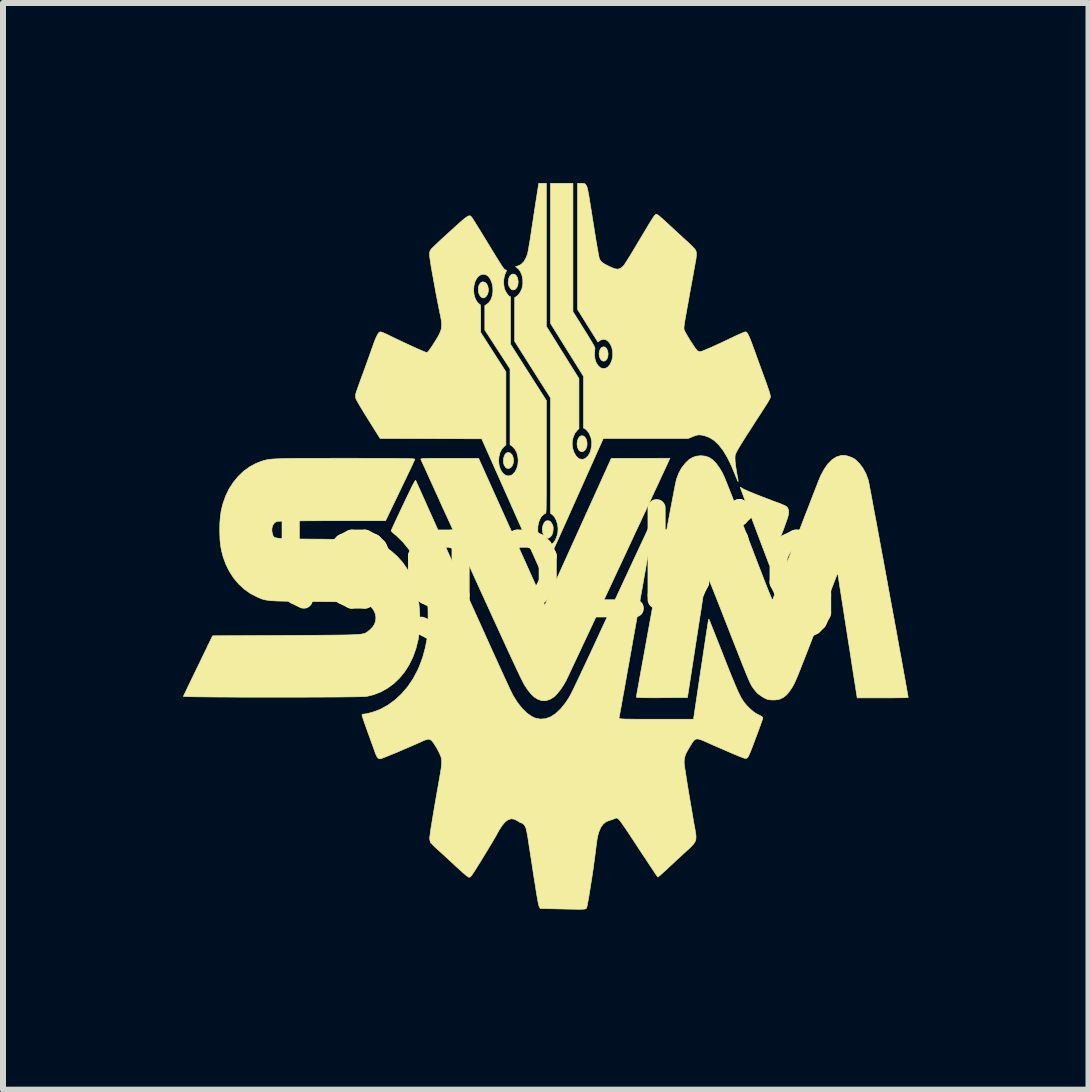
<source format=kicad_pcb>
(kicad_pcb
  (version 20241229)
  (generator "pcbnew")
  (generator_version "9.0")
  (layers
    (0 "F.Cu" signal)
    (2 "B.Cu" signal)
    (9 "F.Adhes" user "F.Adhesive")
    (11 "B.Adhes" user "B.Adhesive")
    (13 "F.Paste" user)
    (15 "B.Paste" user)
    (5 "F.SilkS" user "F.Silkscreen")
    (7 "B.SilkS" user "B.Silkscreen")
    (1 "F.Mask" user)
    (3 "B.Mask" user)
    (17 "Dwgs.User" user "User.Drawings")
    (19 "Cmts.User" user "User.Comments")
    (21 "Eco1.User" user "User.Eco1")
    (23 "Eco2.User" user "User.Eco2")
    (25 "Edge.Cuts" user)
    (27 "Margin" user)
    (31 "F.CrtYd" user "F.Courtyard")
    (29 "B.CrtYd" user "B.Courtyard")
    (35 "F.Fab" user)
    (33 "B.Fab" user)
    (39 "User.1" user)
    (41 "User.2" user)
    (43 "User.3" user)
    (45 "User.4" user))
  (footprint "logo_big"
    (layer "F.Cu")
    (at 6.221 6.251)
    (property "Reference" "logo_big" (at 0 0 0) (layer "F.SilkS") (effects (font (size 1.524 1.524) (thickness 0.3))))
    (attr through_hole)
    (fp_poly (pts (xy 0.811 -3.517) (xy 0.836 -3.493) (xy 0.853 -3.457) (xy 0.861 -3.41) (xy 0.857 -3.361) (xy 0.841 -3.319) (xy 0.817 -3.292) (xy 0.788 -3.283) (xy 0.758 -3.292) (xy 0.734 -3.318) (xy 0.715 -3.362) (xy 0.71 -3.41) (xy 0.718 -3.457) (xy 0.737 -3.496) (xy 0.751 -3.51) (xy 0.782 -3.524) (xy 0.811 -3.517)) (stroke (width 0.01) (type solid)) (fill yes) (layer "F.SilkS"))
    (fp_poly (pts (xy 0.445 -2.039) (xy 0.474 -2.019) (xy 0.497 -1.982) (xy 0.509 -1.934) (xy 0.51 -1.882) (xy 0.497 -1.834) (xy 0.475 -1.799) (xy 0.446 -1.779) (xy 0.415 -1.775) (xy 0.384 -1.79) (xy 0.367 -1.812) (xy 0.349 -1.855) (xy 0.343 -1.905) (xy 0.349 -1.954) (xy 0.365 -1.997) (xy 0.39 -2.029) (xy 0.411 -2.04) (xy 0.445 -2.039)) (stroke (width 0.01) (type solid)) (fill yes) (layer "F.SilkS"))
    (fp_poly (pts (xy -0.769 -1.753) (xy -0.741 -1.725) (xy -0.722 -1.683) (xy -0.715 -1.633) (xy -0.719 -1.585) (xy -0.735 -1.542) (xy -0.761 -1.511) (xy -0.791 -1.496) (xy -0.822 -1.497) (xy -0.85 -1.517) (xy -0.851 -1.518) (xy -0.875 -1.562) (xy -0.885 -1.614) (xy -0.881 -1.666) (xy -0.864 -1.717) (xy -0.839 -1.75) (xy -0.807 -1.763) (xy -0.804 -1.764) (xy -0.769 -1.753)) (stroke (width 0.01) (type solid)) (fill yes) (layer "F.SilkS"))
    (fp_poly (pts (xy -0.699 -4.733) (xy -0.672 -4.713) (xy -0.65 -4.675) (xy -0.645 -4.661) (xy -0.637 -4.608) (xy -0.642 -4.557) (xy -0.658 -4.514) (xy -0.683 -4.484) (xy -0.716 -4.47) (xy -0.721 -4.47) (xy -0.744 -4.474) (xy -0.762 -4.49) (xy -0.777 -4.512) (xy -0.795 -4.544) (xy -0.802 -4.575) (xy -0.803 -4.603) (xy -0.797 -4.655) (xy -0.78 -4.696) (xy -0.756 -4.723) (xy -0.728 -4.735) (xy -0.699 -4.733)) (stroke (width 0.01) (type solid)) (fill yes) (layer "F.SilkS"))
    (fp_poly (pts (xy -1.187 -4.595) (xy -1.161 -4.569) (xy -1.143 -4.531) (xy -1.134 -4.486) (xy -1.136 -4.439) (xy -1.149 -4.395) (xy -1.174 -4.359) (xy -1.174 -4.358) (xy -1.207 -4.337) (xy -1.238 -4.34) (xy -1.268 -4.367) (xy -1.275 -4.377) (xy -1.291 -4.408) (xy -1.299 -4.437) (xy -1.301 -4.476) (xy -1.299 -4.517) (xy -1.29 -4.547) (xy -1.278 -4.569) (xy -1.259 -4.593) (xy -1.239 -4.603) (xy -1.221 -4.605) (xy -1.187 -4.595)) (stroke (width 0.01) (type solid)) (fill yes) (layer "F.SilkS"))
    (fp_poly (pts (xy -0.119 -0.622) (xy -0.101 -0.612) (xy -0.083 -0.588) (xy -0.08 -0.583) (xy -0.062 -0.551) (xy -0.055 -0.521) (xy -0.054 -0.49) (xy -0.06 -0.429) (xy -0.078 -0.381) (xy -0.108 -0.35) (xy -0.109 -0.349) (xy -0.129 -0.337) (xy -0.142 -0.333) (xy -0.156 -0.336) (xy -0.171 -0.343) (xy -0.203 -0.369) (xy -0.224 -0.413) (xy -0.23 -0.436) (xy -0.235 -0.494) (xy -0.224 -0.548) (xy -0.205 -0.588) (xy -0.188 -0.611) (xy -0.17 -0.622) (xy -0.145 -0.625) (xy -0.144 -0.625) (xy -0.119 -0.622)) (stroke (width 0.01) (type solid)) (fill yes) (layer "F.SilkS"))
    (fp_poly (pts (xy 3.071 -1.182) (xy 3.084 -1.171) (xy 3.098 -1.163) (xy 3.124 -1.149) (xy 3.164 -1.131) (xy 3.214 -1.109) (xy 3.275 -1.084) (xy 3.344 -1.056) (xy 3.421 -1.026) (xy 3.504 -0.994) (xy 3.592 -0.96) (xy 3.638 -0.943) (xy 3.699 -0.921) (xy 3.747 -0.902) (xy 3.783 -0.887) (xy 3.81 -0.875) (xy 3.829 -0.864) (xy 3.842 -0.853) (xy 3.851 -0.842) (xy 3.857 -0.83) (xy 3.86 -0.819) (xy 3.866 -0.801) (xy 3.869 -0.782) (xy 3.87 -0.762) (xy 3.867 -0.738) (xy 3.861 -0.707) (xy 3.85 -0.669) (xy 3.833 -0.619) (xy 3.811 -0.557) (xy 3.783 -0.48) (xy 3.747 -0.386) (xy 3.721 -0.317) (xy 3.68 -0.209) (xy 3.646 -0.12) (xy 3.619 -0.048) (xy 3.598 0.008) (xy 3.581 0.05) (xy 3.569 0.08) (xy 3.561 0.1) (xy 3.555 0.112) (xy 3.552 0.118) (xy 3.55 0.118) (xy 3.548 0.116) (xy 3.548 0.114) (xy 3.485 -0.052) (xy 3.425 -0.211) (xy 3.367 -0.363) (xy 3.314 -0.505) (xy 3.264 -0.638) (xy 3.219 -0.759) (xy 3.178 -0.867) (xy 3.143 -0.962) (xy 3.114 -1.041) (xy 3.091 -1.104) (xy 3.074 -1.15) (xy 3.065 -1.177) (xy 3.063 -1.184) (xy 3.071 -1.182)) (stroke (width 0.01) (type solid)) (fill yes) (layer "F.SilkS"))
    (fp_poly (pts (xy 1.873 -1.626) (xy 1.862 -1.602) (xy 1.843 -1.56) (xy 1.816 -1.501) (xy 1.781 -1.427) (xy 1.74 -1.339) (xy 1.693 -1.237) (xy 1.64 -1.124) (xy 1.583 -1) (xy 1.52 -0.866) (xy 1.454 -0.724) (xy 1.385 -0.575) (xy 1.312 -0.421) (xy 1.238 -0.261) (xy 1.162 -0.098) (xy 1.085 0.067) (xy 1.007 0.233) (xy 0.93 0.399) (xy 0.853 0.563) (xy 0.777 0.725) (xy 0.703 0.883) (xy 0.632 1.036) (xy 0.563 1.183) (xy 0.498 1.322) (xy 0.436 1.453) (xy 0.38 1.574) (xy 0.328 1.684) (xy 0.282 1.781) (xy 0.243 1.865) (xy 0.21 1.935) (xy 0.185 1.988) (xy 0.167 2.025) (xy 0.159 2.043) (xy 0.158 2.043) (xy 0.12 2.11) (xy 0.077 2.175) (xy 0.031 2.235) (xy -0.012 2.284) (xy -0.039 2.309) (xy -0.106 2.351) (xy -0.176 2.373) (xy -0.246 2.372) (xy -0.312 2.349) (xy -0.314 2.348) (xy -0.368 2.313) (xy -0.418 2.267) (xy -0.468 2.207) (xy -0.521 2.129) (xy -0.524 2.124) (xy -0.534 2.108) (xy -0.546 2.086) (xy -0.56 2.059) (xy -0.577 2.025) (xy -0.598 1.984) (xy -0.621 1.935) (xy -0.649 1.876) (xy -0.681 1.808) (xy -0.718 1.729) (xy -0.76 1.639) (xy -0.808 1.536) (xy -0.861 1.42) (xy -0.921 1.29) (xy -0.987 1.145) (xy -1.061 0.985) (xy -1.142 0.807) (xy -1.231 0.613) (xy -1.328 0.4) (xy -1.423 0.19) (xy -1.509 0.002) (xy -1.592 -0.182) (xy -1.673 -0.359) (xy -1.75 -0.529) (xy -1.824 -0.691) (xy -1.894 -0.843) (xy -1.958 -0.986) (xy -2.018 -1.117) (xy -2.072 -1.237) (xy -2.121 -1.343) (xy -2.162 -1.435) (xy -2.197 -1.512) (xy -2.225 -1.573) (xy -2.245 -1.617) (xy -2.256 -1.642) (xy -2.259 -1.649) (xy -2.258 -1.653) (xy -2.253 -1.655) (xy -2.241 -1.658) (xy -2.222 -1.66) (xy -2.195 -1.662) (xy -2.159 -1.663) (xy -2.113 -1.664) (xy -2.056 -1.664) (xy -1.987 -1.665) (xy -1.905 -1.665) (xy -1.809 -1.665) (xy -1.781 -1.665) (xy -1.297 -1.665) (xy -0.792 -0.543) (xy -0.724 -0.394) (xy -0.659 -0.248) (xy -0.595 -0.107) (xy -0.535 0.026) (xy -0.479 0.151) (xy -0.427 0.267) (xy -0.38 0.371) (xy -0.339 0.463) (xy -0.304 0.54) (xy -0.275 0.603) (xy -0.255 0.649) (xy -0.242 0.676) (xy -0.241 0.68) (xy -0.194 0.782) (xy 0.36 -0.441) (xy 0.914 -1.664) (xy 1.891 -1.666) (xy 1.873 -1.626)) (stroke (width 0.01) (type solid)) (fill yes) (layer "F.SilkS"))
    (fp_poly (pts (xy 4.824 -1.71) (xy 4.875 -1.696) (xy 4.926 -1.676) (xy 4.969 -1.652) (xy 4.979 -1.645) (xy 5.045 -1.583) (xy 5.105 -1.503) (xy 5.156 -1.41) (xy 5.194 -1.308) (xy 5.195 -1.304) (xy 5.199 -1.287) (xy 5.207 -1.249) (xy 5.218 -1.19) (xy 5.233 -1.112) (xy 5.251 -1.017) (xy 5.271 -0.907) (xy 5.294 -0.783) (xy 5.32 -0.647) (xy 5.347 -0.499) (xy 5.376 -0.343) (xy 5.406 -0.178) (xy 5.438 -0.008) (xy 5.47 0.167) (xy 5.503 0.345) (xy 5.535 0.524) (xy 5.568 0.703) (xy 5.601 0.881) (xy 5.633 1.055) (xy 5.664 1.224) (xy 5.693 1.387) (xy 5.721 1.542) (xy 5.748 1.688) (xy 5.772 1.822) (xy 5.794 1.944) (xy 5.814 2.051) (xy 5.83 2.143) (xy 5.843 2.217) (xy 5.853 2.273) (xy 5.859 2.307) (xy 5.86 2.32) (xy 5.853 2.321) (xy 5.832 2.323) (xy 5.798 2.324) (xy 5.753 2.325) (xy 5.698 2.325) (xy 5.634 2.326) (xy 5.564 2.327) (xy 5.488 2.327) (xy 5.436 2.327) (xy 5.011 2.327) (xy 5.006 2.293) (xy 5.003 2.276) (xy 4.997 2.238) (xy 4.988 2.179) (xy 4.976 2.102) (xy 4.961 2.008) (xy 4.944 1.899) (xy 4.925 1.778) (xy 4.905 1.645) (xy 4.883 1.503) (xy 4.859 1.354) (xy 4.843 1.252) (xy 4.686 0.245) (xy 4.334 1.154) (xy 4.272 1.314) (xy 4.218 1.454) (xy 4.17 1.577) (xy 4.129 1.682) (xy 4.093 1.773) (xy 4.063 1.85) (xy 4.037 1.915) (xy 4.015 1.969) (xy 3.996 2.013) (xy 3.98 2.05) (xy 3.966 2.08) (xy 3.954 2.105) (xy 3.942 2.126) (xy 3.931 2.145) (xy 3.921 2.162) (xy 3.874 2.23) (xy 3.83 2.281) (xy 3.782 2.318) (xy 3.729 2.345) (xy 3.695 2.355) (xy 3.651 2.36) (xy 3.604 2.362) (xy 3.558 2.359) (xy 3.52 2.353) (xy 3.515 2.351) (xy 3.479 2.336) (xy 3.436 2.312) (xy 3.393 2.283) (xy 3.355 2.254) (xy 3.346 2.245) (xy 3.323 2.22) (xy 3.294 2.185) (xy 3.266 2.146) (xy 3.263 2.141) (xy 3.253 2.126) (xy 3.243 2.108) (xy 3.232 2.085) (xy 3.218 2.056) (xy 3.202 2.02) (xy 3.183 1.975) (xy 3.16 1.92) (xy 3.133 1.853) (xy 3.101 1.774) (xy 3.064 1.68) (xy 3.021 1.57) (xy 2.971 1.444) (xy 2.914 1.299) (xy 2.861 1.163) (xy 2.808 1.028) (xy 2.758 0.899) (xy 2.71 0.778) (xy 2.666 0.666) (xy 2.626 0.565) (xy 2.59 0.475) (xy 2.56 0.4) (xy 2.536 0.339) (xy 2.518 0.295) (xy 2.507 0.27) (xy 2.503 0.263) (xy 2.501 0.276) (xy 2.495 0.31) (xy 2.486 0.365) (xy 2.474 0.439) (xy 2.46 0.529) (xy 2.443 0.635) (xy 2.425 0.754) (xy 2.405 0.885) (xy 2.383 1.025) (xy 2.36 1.174) (xy 2.341 1.295) (xy 2.183 2.321) (xy 1.757 2.324) (xy 1.658 2.325) (xy 1.574 2.325) (xy 1.503 2.324) (xy 1.446 2.324) (xy 1.401 2.322) (xy 1.368 2.321) (xy 1.346 2.319) (xy 1.334 2.316) (xy 1.331 2.313) (xy 1.333 2.3) (xy 1.339 2.265) (xy 1.349 2.209) (xy 1.363 2.133) (xy 1.38 2.039) (xy 1.4 1.927) (xy 1.423 1.8) (xy 1.449 1.659) (xy 1.477 1.505) (xy 1.507 1.338) (xy 1.539 1.161) (xy 1.573 0.975) (xy 1.608 0.781) (xy 1.644 0.58) (xy 1.653 0.534) (xy 1.704 0.252) (xy 1.752 -0.007) (xy 1.795 -0.242) (xy 1.834 -0.454) (xy 1.869 -0.642) (xy 1.9 -0.808) (xy 1.927 -0.95) (xy 1.95 -1.069) (xy 1.968 -1.166) (xy 1.983 -1.239) (xy 1.994 -1.289) (xy 2.001 -1.317) (xy 2.001 -1.318) (xy 2.039 -1.42) (xy 2.088 -1.508) (xy 2.15 -1.586) (xy 2.152 -1.589) (xy 2.211 -1.644) (xy 2.27 -1.68) (xy 2.334 -1.701) (xy 2.406 -1.708) (xy 2.479 -1.701) (xy 2.543 -1.68) (xy 2.603 -1.64) (xy 2.66 -1.582) (xy 2.717 -1.502) (xy 2.725 -1.489) (xy 2.736 -1.472) (xy 2.746 -1.455) (xy 2.756 -1.437) (xy 2.766 -1.418) (xy 2.777 -1.396) (xy 2.79 -1.369) (xy 2.804 -1.336) (xy 2.821 -1.296) (xy 2.84 -1.248) (xy 2.863 -1.19) (xy 2.89 -1.122) (xy 2.922 -1.041) (xy 2.958 -0.948) (xy 3 -0.839) (xy 3.047 -0.715) (xy 3.102 -0.573) (xy 3.163 -0.413) (xy 3.229 -0.241) (xy 3.294 -0.07) (xy 3.353 0.082) (xy 3.404 0.215) (xy 3.448 0.329) (xy 3.486 0.426) (xy 3.518 0.507) (xy 3.544 0.572) (xy 3.565 0.622) (xy 3.58 0.658) (xy 3.591 0.682) (xy 3.598 0.693) (xy 3.601 0.694) (xy 3.606 0.682) (xy 3.618 0.65) (xy 3.638 0.601) (xy 3.663 0.534) (xy 3.695 0.453) (xy 3.732 0.358) (xy 3.773 0.251) (xy 3.818 0.134) (xy 3.867 0.007) (xy 3.919 -0.127) (xy 3.973 -0.268) (xy 3.99 -0.312) (xy 4.045 -0.456) (xy 4.098 -0.595) (xy 4.149 -0.727) (xy 4.198 -0.852) (xy 4.242 -0.967) (xy 4.282 -1.071) (xy 4.318 -1.162) (xy 4.348 -1.239) (xy 4.372 -1.3) (xy 4.39 -1.344) (xy 4.4 -1.369) (xy 4.401 -1.372) (xy 4.461 -1.483) (xy 4.525 -1.574) (xy 4.594 -1.643) (xy 4.667 -1.689) (xy 4.743 -1.712) (xy 4.779 -1.715) (xy 4.824 -1.71)) (stroke (width 0.01) (type solid)) (fill yes) (layer "F.SilkS"))
    (fp_poly (pts (xy -3.359 -1.666) (xy -3.216 -1.665) (xy -3.086 -1.665) (xy -2.969 -1.665) (xy -2.865 -1.665) (xy -2.773 -1.664) (xy -2.693 -1.664) (xy -2.623 -1.663) (xy -2.563 -1.662) (xy -2.512 -1.662) (xy -2.47 -1.661) (xy -2.435 -1.659) (xy -2.408 -1.658) (xy -2.388 -1.656) (xy -2.374 -1.655) (xy -2.364 -1.653) (xy -2.36 -1.651) (xy -2.359 -1.649) (xy -2.364 -1.636) (xy -2.378 -1.606) (xy -2.399 -1.56) (xy -2.427 -1.5) (xy -2.461 -1.429) (xy -2.5 -1.347) (xy -2.543 -1.258) (xy -2.589 -1.162) (xy -2.605 -1.128) (xy -2.847 -0.625) (xy -3.738 -0.625) (xy -3.89 -0.625) (xy -4.027 -0.624) (xy -4.15 -0.624) (xy -4.258 -0.623) (xy -4.353 -0.622) (xy -4.434 -0.621) (xy -4.503 -0.62) (xy -4.559 -0.619) (xy -4.602 -0.617) (xy -4.634 -0.615) (xy -4.655 -0.613) (xy -4.663 -0.611) (xy -4.7 -0.587) (xy -4.726 -0.549) (xy -4.74 -0.502) (xy -4.741 -0.45) (xy -4.731 -0.405) (xy -4.727 -0.392) (xy -4.723 -0.38) (xy -4.719 -0.37) (xy -4.714 -0.361) (xy -4.706 -0.354) (xy -4.695 -0.347) (xy -4.68 -0.342) (xy -4.66 -0.337) (xy -4.634 -0.333) (xy -4.602 -0.33) (xy -4.561 -0.327) (xy -4.512 -0.325) (xy -4.454 -0.324) (xy -4.385 -0.322) (xy -4.306 -0.321) (xy -4.214 -0.32) (xy -4.108 -0.319) (xy -3.989 -0.318) (xy -3.925 -0.318) (xy -3.797 -0.316) (xy -3.684 -0.315) (xy -3.583 -0.314) (xy -3.495 -0.313) (xy -3.418 -0.312) (xy -3.352 -0.31) (xy -3.294 -0.308) (xy -3.245 -0.306) (xy -3.202 -0.303) (xy -3.166 -0.3) (xy -3.135 -0.296) (xy -3.107 -0.291) (xy -3.083 -0.286) (xy -3.06 -0.28) (xy -3.039 -0.273) (xy -3.017 -0.265) (xy -2.994 -0.256) (xy -2.982 -0.251) (xy -2.864 -0.193) (xy -2.753 -0.119) (xy -2.652 -0.031) (xy -2.561 0.072) (xy -2.481 0.188) (xy -2.413 0.314) (xy -2.357 0.452) (xy -2.347 0.484) (xy -2.315 0.61) (xy -2.292 0.749) (xy -2.279 0.897) (xy -2.275 1.048) (xy -2.282 1.195) (xy -2.3 1.333) (xy -2.304 1.357) (xy -2.341 1.505) (xy -2.391 1.644) (xy -2.453 1.772) (xy -2.527 1.89) (xy -2.613 1.995) (xy -2.708 2.087) (xy -2.813 2.164) (xy -2.926 2.227) (xy -3.046 2.274) (xy -3.161 2.302) (xy -3.178 2.303) (xy -3.209 2.305) (xy -3.252 2.306) (xy -3.308 2.308) (xy -3.375 2.309) (xy -3.452 2.31) (xy -3.538 2.311) (xy -3.633 2.312) (xy -3.736 2.313) (xy -3.845 2.313) (xy -3.961 2.314) (xy -4.081 2.314) (xy -4.205 2.315) (xy -4.333 2.315) (xy -4.463 2.315) (xy -4.595 2.315) (xy -4.727 2.315) (xy -4.859 2.315) (xy -4.99 2.315) (xy -5.119 2.315) (xy -5.245 2.315) (xy -5.367 2.314) (xy -5.484 2.313) (xy -5.596 2.313) (xy -5.701 2.312) (xy -5.8 2.311) (xy -5.889 2.31) (xy -5.97 2.309) (xy -6.041 2.308) (xy -6.101 2.307) (xy -6.15 2.305) (xy -6.185 2.304) (xy -6.208 2.303) (xy -6.216 2.301) (xy -6.215 2.301) (xy -6.21 2.289) (xy -6.196 2.259) (xy -6.174 2.214) (xy -6.146 2.155) (xy -6.112 2.084) (xy -6.073 2.003) (xy -6.03 1.915) (xy -5.984 1.819) (xy -5.969 1.789) (xy -5.729 1.292) (xy -4.492 1.286) (xy -4.329 1.285) (xy -4.18 1.284) (xy -4.045 1.284) (xy -3.923 1.283) (xy -3.813 1.282) (xy -3.715 1.281) (xy -3.628 1.28) (xy -3.551 1.279) (xy -3.484 1.278) (xy -3.425 1.276) (xy -3.375 1.274) (xy -3.331 1.272) (xy -3.295 1.269) (xy -3.263 1.266) (xy -3.237 1.262) (xy -3.216 1.258) (xy -3.198 1.253) (xy -3.183 1.247) (xy -3.17 1.24) (xy -3.158 1.233) (xy -3.147 1.225) (xy -3.136 1.216) (xy -3.124 1.206) (xy -3.111 1.195) (xy -3.108 1.193) (xy -3.062 1.148) (xy -3.03 1.096) (xy -3.012 1.041) (xy -3.008 0.984) (xy -3.017 0.928) (xy -3.04 0.874) (xy -3.075 0.824) (xy -3.124 0.782) (xy -3.155 0.763) (xy -3.217 0.729) (xy -3.997 0.722) (xy -4.128 0.721) (xy -4.244 0.72) (xy -4.346 0.719) (xy -4.437 0.717) (xy -4.516 0.716) (xy -4.585 0.714) (xy -4.645 0.713) (xy -4.696 0.71) (xy -4.74 0.708) (xy -4.778 0.704) (xy -4.811 0.7) (xy -4.84 0.696) (xy -4.865 0.69) (xy -4.889 0.684) (xy -4.911 0.677) (xy -4.933 0.668) (xy -4.955 0.659) (xy -4.98 0.648) (xy -4.992 0.643) (xy -5.1 0.587) (xy -5.201 0.515) (xy -5.293 0.43) (xy -5.376 0.332) (xy -5.447 0.224) (xy -5.506 0.106) (xy -5.552 -0.019) (xy -5.554 -0.026) (xy -5.578 -0.117) (xy -5.595 -0.206) (xy -5.605 -0.3) (xy -5.609 -0.406) (xy -5.61 -0.472) (xy -5.608 -0.589) (xy -5.6 -0.689) (xy -5.587 -0.781) (xy -5.567 -0.871) (xy -5.554 -0.917) (xy -5.509 -1.043) (xy -5.451 -1.161) (xy -5.38 -1.269) (xy -5.299 -1.367) (xy -5.208 -1.453) (xy -5.108 -1.525) (xy -5.001 -1.582) (xy -4.916 -1.615) (xy -4.895 -1.622) (xy -4.874 -1.628) (xy -4.854 -1.633) (xy -4.833 -1.638) (xy -4.809 -1.642) (xy -4.783 -1.646) (xy -4.754 -1.65) (xy -4.721 -1.653) (xy -4.682 -1.655) (xy -4.638 -1.657) (xy -4.588 -1.659) (xy -4.53 -1.661) (xy -4.464 -1.662) (xy -4.389 -1.663) (xy -4.305 -1.664) (xy -4.21 -1.665) (xy -4.104 -1.665) (xy -3.985 -1.665) (xy -3.854 -1.665) (xy -3.71 -1.666) (xy -3.551 -1.666) (xy -3.518 -1.666) (xy -3.359 -1.666)) (stroke (width 0.01) (type solid)) (fill yes) (layer "F.SilkS"))
    (fp_poly (pts (xy -2.345 -1.296) (xy -2.339 -1.284) (xy -2.326 -1.254) (xy -2.304 -1.206) (xy -2.274 -1.141) (xy -2.238 -1.06) (xy -2.195 -0.964) (xy -2.146 -0.855) (xy -2.091 -0.732) (xy -2.031 -0.598) (xy -1.966 -0.454) (xy -1.896 -0.299) (xy -1.823 -0.137) (xy -1.746 0.034) (xy -1.667 0.211) (xy -1.585 0.394) (xy -1.557 0.456) (xy -1.453 0.689) (xy -1.354 0.908) (xy -1.261 1.113) (xy -1.175 1.304) (xy -1.096 1.48) (xy -1.023 1.64) (xy -0.958 1.783) (xy -0.9 1.91) (xy -0.849 2.02) (xy -0.806 2.113) (xy -0.772 2.187) (xy -0.745 2.242) (xy -0.727 2.279) (xy -0.72 2.292) (xy -0.645 2.41) (xy -0.566 2.508) (xy -0.486 2.585) (xy -0.405 2.64) (xy -0.354 2.663) (xy -0.269 2.68) (xy -0.184 2.674) (xy -0.099 2.644) (xy -0.015 2.59) (xy 0.068 2.513) (xy 0.149 2.413) (xy 0.203 2.332) (xy 0.215 2.312) (xy 0.23 2.284) (xy 0.249 2.248) (xy 0.272 2.202) (xy 0.299 2.146) (xy 0.331 2.079) (xy 0.369 2) (xy 0.412 1.909) (xy 0.461 1.804) (xy 0.517 1.685) (xy 0.58 1.551) (xy 0.65 1.4) (xy 0.727 1.233) (xy 0.813 1.048) (xy 0.907 0.845) (xy 0.956 0.738) (xy 1.034 0.569) (xy 1.11 0.406) (xy 1.183 0.249) (xy 1.252 0.1) (xy 1.317 -0.04) (xy 1.378 -0.17) (xy 1.434 -0.29) (xy 1.484 -0.397) (xy 1.528 -0.491) (xy 1.566 -0.571) (xy 1.597 -0.636) (xy 1.62 -0.685) (xy 1.636 -0.716) (xy 1.643 -0.729) (xy 1.643 -0.729) (xy 1.641 -0.717) (xy 1.636 -0.682) (xy 1.626 -0.627) (xy 1.613 -0.553) (xy 1.598 -0.462) (xy 1.579 -0.356) (xy 1.558 -0.236) (xy 1.535 -0.103) (xy 1.509 0.04) (xy 1.483 0.193) (xy 1.454 0.353) (xy 1.425 0.519) (xy 1.395 0.689) (xy 1.364 0.862) (xy 1.334 1.036) (xy 1.303 1.209) (xy 1.272 1.381) (xy 1.243 1.548) (xy 1.214 1.711) (xy 1.186 1.866) (xy 1.16 2.013) (xy 1.136 2.15) (xy 1.113 2.275) (xy 1.093 2.387) (xy 1.076 2.484) (xy 1.061 2.564) (xy 1.05 2.626) (xy 1.043 2.661) (xy 1.043 2.664) (xy 1.045 2.668) (xy 1.05 2.671) (xy 1.059 2.673) (xy 1.072 2.675) (xy 1.092 2.677) (xy 1.118 2.678) (xy 1.152 2.68) (xy 1.195 2.68) (xy 1.248 2.681) (xy 1.311 2.682) (xy 1.386 2.682) (xy 1.473 2.682) (xy 1.574 2.682) (xy 1.662 2.682) (xy 2.284 2.682) (xy 2.406 1.861) (xy 2.427 1.723) (xy 2.447 1.592) (xy 2.465 1.469) (xy 2.482 1.358) (xy 2.497 1.259) (xy 2.51 1.175) (xy 2.52 1.108) (xy 2.528 1.059) (xy 2.533 1.031) (xy 2.534 1.025) (xy 2.54 1.016) (xy 2.542 1.017) (xy 2.547 1.028) (xy 2.559 1.058) (xy 2.577 1.105) (xy 2.602 1.167) (xy 2.632 1.243) (xy 2.666 1.33) (xy 2.705 1.427) (xy 2.746 1.531) (xy 2.782 1.623) (xy 2.838 1.765) (xy 2.887 1.888) (xy 2.93 1.994) (xy 2.967 2.084) (xy 3 2.161) (xy 3.028 2.225) (xy 3.054 2.278) (xy 3.077 2.323) (xy 3.1 2.36) (xy 3.121 2.392) (xy 3.143 2.421) (xy 3.166 2.447) (xy 3.191 2.474) (xy 3.191 2.474) (xy 3.241 2.522) (xy 3.285 2.559) (xy 3.33 2.589) (xy 3.382 2.615) (xy 3.413 2.632) (xy 3.431 2.646) (xy 3.438 2.659) (xy 3.438 2.663) (xy 3.434 2.678) (xy 3.423 2.712) (xy 3.406 2.761) (xy 3.384 2.822) (xy 3.358 2.893) (xy 3.329 2.971) (xy 3.319 2.997) (xy 3.285 3.088) (xy 3.257 3.161) (xy 3.236 3.217) (xy 3.218 3.258) (xy 3.205 3.288) (xy 3.194 3.308) (xy 3.185 3.32) (xy 3.177 3.327) (xy 3.168 3.332) (xy 3.158 3.335) (xy 3.146 3.335) (xy 3.129 3.331) (xy 3.106 3.323) (xy 3.074 3.311) (xy 3.031 3.294) (xy 2.977 3.271) (xy 2.958 3.264) (xy 2.894 3.236) (xy 2.82 3.204) (xy 2.741 3.17) (xy 2.663 3.136) (xy 2.59 3.104) (xy 2.559 3.09) (xy 2.494 3.061) (xy 2.441 3.038) (xy 2.4 3.022) (xy 2.367 3.013) (xy 2.34 3.011) (xy 2.318 3.016) (xy 2.299 3.029) (xy 2.28 3.05) (xy 2.26 3.079) (xy 2.236 3.117) (xy 2.226 3.134) (xy 2.188 3.198) (xy 2.16 3.25) (xy 2.142 3.297) (xy 2.132 3.34) (xy 2.128 3.385) (xy 2.129 3.422) (xy 2.132 3.447) (xy 2.138 3.492) (xy 2.148 3.555) (xy 2.16 3.633) (xy 2.174 3.723) (xy 2.19 3.822) (xy 2.207 3.927) (xy 2.225 4.035) (xy 2.244 4.143) (xy 2.262 4.249) (xy 2.279 4.35) (xy 2.295 4.442) (xy 2.31 4.522) (xy 2.314 4.546) (xy 2.323 4.602) (xy 2.326 4.648) (xy 2.322 4.688) (xy 2.31 4.723) (xy 2.287 4.759) (xy 2.254 4.796) (xy 2.209 4.84) (xy 2.191 4.857) (xy 2.155 4.889) (xy 2.109 4.931) (xy 2.056 4.98) (xy 1.999 5.032) (xy 1.942 5.086) (xy 1.89 5.134) (xy 1.841 5.18) (xy 1.796 5.221) (xy 1.756 5.257) (xy 1.725 5.285) (xy 1.702 5.304) (xy 1.691 5.312) (xy 1.69 5.312) (xy 1.682 5.303) (xy 1.663 5.276) (xy 1.634 5.233) (xy 1.595 5.174) (xy 1.545 5.1) (xy 1.486 5.01) (xy 1.416 4.905) (xy 1.338 4.786) (xy 1.264 4.673) (xy 1.207 4.587) (xy 1.157 4.512) (xy 1.113 4.449) (xy 1.078 4.399) (xy 1.051 4.365) (xy 1.035 4.346) (xy 1.032 4.344) (xy 1.012 4.331) (xy 0.996 4.328) (xy 0.976 4.335) (xy 0.965 4.34) (xy 0.935 4.353) (xy 0.903 4.363) (xy 0.895 4.365) (xy 0.832 4.388) (xy 0.781 4.427) (xy 0.739 4.484) (xy 0.708 4.558) (xy 0.703 4.573) (xy 0.695 4.602) (xy 0.688 4.631) (xy 0.681 4.664) (xy 0.674 4.706) (xy 0.667 4.759) (xy 0.658 4.828) (xy 0.647 4.916) (xy 0.643 4.948) (xy 0.634 5.016) (xy 0.623 5.096) (xy 0.611 5.184) (xy 0.597 5.278) (xy 0.582 5.373) (xy 0.567 5.467) (xy 0.553 5.556) (xy 0.54 5.638) (xy 0.527 5.708) (xy 0.517 5.764) (xy 0.509 5.803) (xy 0.504 5.822) (xy 0.504 5.822) (xy 0.501 5.828) (xy 0.497 5.834) (xy 0.492 5.838) (xy 0.484 5.842) (xy 0.472 5.845) (xy 0.455 5.847) (xy 0.432 5.848) (xy 0.401 5.849) (xy 0.361 5.849) (xy 0.311 5.848) (xy 0.251 5.847) (xy 0.178 5.846) (xy 0.091 5.844) (xy 0.047 5.843) (xy -0.269 5.836) (xy -0.287 5.803) (xy -0.291 5.794) (xy -0.295 5.778) (xy -0.3 5.756) (xy -0.307 5.725) (xy -0.314 5.684) (xy -0.324 5.632) (xy -0.335 5.567) (xy -0.347 5.487) (xy -0.362 5.392) (xy -0.38 5.279) (xy -0.4 5.148) (xy -0.423 4.997) (xy -0.45 4.825) (xy -0.47 4.694) (xy -0.481 4.623) (xy -0.493 4.562) (xy -0.503 4.514) (xy -0.512 4.485) (xy -0.513 4.482) (xy -0.535 4.445) (xy -0.562 4.419) (xy -0.587 4.409) (xy -0.588 4.409) (xy -0.603 4.404) (xy -0.625 4.391) (xy -0.644 4.379) (xy -0.697 4.35) (xy -0.748 4.341) (xy -0.798 4.353) (xy -0.848 4.387) (xy -0.898 4.444) (xy -0.951 4.523) (xy -0.983 4.582) (xy -1.001 4.615) (xy -1.029 4.663) (xy -1.063 4.722) (xy -1.104 4.79) (xy -1.149 4.864) (xy -1.196 4.941) (xy -1.232 5) (xy -1.283 5.083) (xy -1.325 5.15) (xy -1.358 5.203) (xy -1.385 5.243) (xy -1.405 5.273) (xy -1.42 5.293) (xy -1.432 5.306) (xy -1.441 5.313) (xy -1.449 5.315) (xy -1.453 5.315) (xy -1.465 5.312) (xy -1.483 5.301) (xy -1.509 5.281) (xy -1.544 5.251) (xy -1.589 5.211) (xy -1.646 5.16) (xy -1.675 5.133) (xy -1.731 5.081) (xy -1.789 5.027) (xy -1.846 4.975) (xy -1.898 4.927) (xy -1.943 4.886) (xy -1.976 4.856) (xy -2.014 4.822) (xy -2.047 4.79) (xy -2.074 4.762) (xy -2.092 4.743) (xy -2.097 4.736) (xy -2.109 4.697) (xy -2.112 4.659) (xy -2.109 4.633) (xy -2.103 4.586) (xy -2.094 4.519) (xy -2.08 4.435) (xy -2.064 4.335) (xy -2.045 4.221) (xy -2.024 4.096) (xy -2 3.961) (xy -1.975 3.818) (xy -1.95 3.674) (xy -1.933 3.578) (xy -1.921 3.502) (xy -1.914 3.442) (xy -1.912 3.394) (xy -1.914 3.356) (xy -1.92 3.323) (xy -1.929 3.295) (xy -1.947 3.253) (xy -1.972 3.204) (xy -2 3.153) (xy -2.029 3.106) (xy -2.056 3.066) (xy -2.077 3.041) (xy -2.081 3.037) (xy -2.099 3.024) (xy -2.116 3.017) (xy -2.135 3.015) (xy -2.159 3.019) (xy -2.19 3.03) (xy -2.232 3.047) (xy -2.265 3.063) (xy -2.331 3.092) (xy -2.4 3.122) (xy -2.471 3.153) (xy -2.543 3.184) (xy -2.613 3.214) (xy -2.681 3.243) (xy -2.745 3.269) (xy -2.802 3.292) (xy -2.852 3.312) (xy -2.892 3.328) (xy -2.922 3.338) (xy -2.939 3.343) (xy -2.941 3.343) (xy -2.97 3.332) (xy -2.996 3.298) (xy -3.018 3.246) (xy -3.025 3.225) (xy -3.039 3.186) (xy -3.058 3.132) (xy -3.082 3.067) (xy -3.108 2.993) (xy -3.137 2.915) (xy -3.138 2.913) (xy -3.165 2.836) (xy -3.19 2.766) (xy -3.211 2.705) (xy -3.227 2.657) (xy -3.237 2.624) (xy -3.24 2.608) (xy -3.24 2.608) (xy -3.23 2.6) (xy -3.211 2.597) (xy -3.206 2.596) (xy -3.179 2.593) (xy -3.14 2.585) (xy -3.095 2.574) (xy -3.046 2.559) (xy -2.998 2.542) (xy -2.954 2.525) (xy -2.934 2.517) (xy -2.807 2.447) (xy -2.689 2.361) (xy -2.579 2.259) (xy -2.479 2.142) (xy -2.39 2.012) (xy -2.314 1.869) (xy -2.283 1.799) (xy -2.229 1.654) (xy -2.188 1.504) (xy -2.159 1.361) (xy -2.152 1.319) (xy -2.147 1.282) (xy -2.143 1.244) (xy -2.141 1.202) (xy -2.14 1.151) (xy -2.139 1.085) (xy -2.139 0.999) (xy -2.139 0.992) (xy -2.139 0.883) (xy -2.142 0.793) (xy -2.146 0.716) (xy -2.153 0.646) (xy -2.164 0.579) (xy -2.178 0.508) (xy -2.196 0.434) (xy -2.243 0.274) (xy -2.304 0.122) (xy -2.378 -0.021) (xy -2.462 -0.152) (xy -2.557 -0.269) (xy -2.66 -0.37) (xy -2.695 -0.399) (xy -2.722 -0.422) (xy -2.742 -0.441) (xy -2.753 -0.454) (xy -2.754 -0.457) (xy -2.75 -0.468) (xy -2.737 -0.497) (xy -2.717 -0.542) (xy -2.69 -0.6) (xy -2.658 -0.669) (xy -2.621 -0.747) (xy -2.581 -0.833) (xy -2.554 -0.889) (xy -2.504 -0.995) (xy -2.462 -1.082) (xy -2.428 -1.152) (xy -2.401 -1.207) (xy -2.38 -1.247) (xy -2.364 -1.275) (xy -2.354 -1.291) (xy -2.347 -1.297) (xy -2.345 -1.296)) (stroke (width 0.01) (type solid)) (fill yes) (layer "F.SilkS"))
    (fp_poly (pts (xy -0.168 -3.864) (xy 0.103 -3.429) (xy 0.375 -2.994) (xy 0.375 -2.158) (xy 0.341 -2.126) (xy 0.307 -2.082) (xy 0.281 -2.022) (xy 0.265 -1.955) (xy 0.264 -1.95) (xy 0.263 -1.884) (xy 0.274 -1.818) (xy 0.296 -1.757) (xy 0.327 -1.705) (xy 0.364 -1.667) (xy 0.387 -1.654) (xy 0.436 -1.647) (xy 0.482 -1.663) (xy 0.523 -1.699) (xy 0.556 -1.754) (xy 0.569 -1.79) (xy 0.586 -1.867) (xy 0.588 -1.942) (xy 0.574 -2.012) (xy 0.546 -2.077) (xy 0.54 -2.088) (xy 0.517 -2.119) (xy 0.493 -2.145) (xy 0.479 -2.155) (xy 0.451 -2.17) (xy 0.451 -3.031) (xy 0.176 -3.472) (xy -0.099 -3.913) (xy -0.099 -6.246) (xy 0.275 -6.246) (xy 0.275 -4.109) (xy 0.462 -3.81) (xy 0.513 -3.729) (xy 0.553 -3.663) (xy 0.585 -3.611) (xy 0.608 -3.571) (xy 0.625 -3.541) (xy 0.635 -3.519) (xy 0.641 -3.504) (xy 0.643 -3.493) (xy 0.641 -3.486) (xy 0.638 -3.462) (xy 0.636 -3.422) (xy 0.636 -3.385) (xy 0.641 -3.328) (xy 0.652 -3.284) (xy 0.671 -3.244) (xy 0.699 -3.204) (xy 0.734 -3.173) (xy 0.775 -3.16) (xy 0.819 -3.165) (xy 0.857 -3.186) (xy 0.895 -3.231) (xy 0.922 -3.292) (xy 0.937 -3.364) (xy 0.938 -3.381) (xy 0.936 -3.453) (xy 0.921 -3.518) (xy 0.895 -3.572) (xy 0.862 -3.614) (xy 0.823 -3.64) (xy 0.78 -3.648) (xy 0.736 -3.635) (xy 0.722 -3.626) (xy 0.691 -3.603) (xy 0.521 -3.874) (xy 0.352 -4.146) (xy 0.352 -6.246) (xy 0.414 -6.246) (xy 0.445 -6.245) (xy 0.465 -6.242) (xy 0.479 -6.235) (xy 0.49 -6.222) (xy 0.497 -6.21) (xy 0.502 -6.202) (xy 0.506 -6.192) (xy 0.511 -6.181) (xy 0.515 -6.165) (xy 0.52 -6.144) (xy 0.526 -6.114) (xy 0.534 -6.074) (xy 0.543 -6.023) (xy 0.553 -5.957) (xy 0.567 -5.876) (xy 0.583 -5.777) (xy 0.601 -5.659) (xy 0.624 -5.519) (xy 0.627 -5.497) (xy 0.644 -5.392) (xy 0.66 -5.293) (xy 0.675 -5.204) (xy 0.689 -5.127) (xy 0.7 -5.065) (xy 0.709 -5.02) (xy 0.715 -4.995) (xy 0.715 -4.992) (xy 0.731 -4.963) (xy 0.752 -4.938) (xy 0.752 -4.937) (xy 0.773 -4.921) (xy 0.805 -4.901) (xy 0.844 -4.88) (xy 0.887 -4.858) (xy 0.929 -4.84) (xy 0.966 -4.825) (xy 0.97 -4.824) (xy 1.02 -4.816) (xy 1.065 -4.828) (xy 1.108 -4.863) (xy 1.126 -4.883) (xy 1.138 -4.901) (xy 1.16 -4.935) (xy 1.19 -4.982) (xy 1.227 -5.041) (xy 1.269 -5.11) (xy 1.315 -5.187) (xy 1.364 -5.269) (xy 1.4 -5.329) (xy 1.457 -5.425) (xy 1.505 -5.504) (xy 1.543 -5.569) (xy 1.575 -5.62) (xy 1.6 -5.66) (xy 1.619 -5.689) (xy 1.634 -5.709) (xy 1.645 -5.722) (xy 1.654 -5.729) (xy 1.66 -5.731) (xy 1.663 -5.732) (xy 1.677 -5.727) (xy 1.699 -5.712) (xy 1.731 -5.687) (xy 1.773 -5.65) (xy 1.827 -5.601) (xy 1.859 -5.571) (xy 1.916 -5.519) (xy 1.977 -5.462) (xy 2.04 -5.404) (xy 2.099 -5.35) (xy 2.15 -5.303) (xy 2.167 -5.288) (xy 2.21 -5.249) (xy 2.248 -5.212) (xy 2.28 -5.179) (xy 2.304 -5.153) (xy 2.317 -5.136) (xy 2.318 -5.134) (xy 2.328 -5.11) (xy 2.332 -5.08) (xy 2.331 -5.042) (xy 2.326 -4.991) (xy 2.314 -4.924) (xy 2.307 -4.885) (xy 2.299 -4.841) (xy 2.287 -4.777) (xy 2.273 -4.696) (xy 2.256 -4.604) (xy 2.237 -4.502) (xy 2.218 -4.396) (xy 2.2 -4.294) (xy 2.179 -4.178) (xy 2.162 -4.082) (xy 2.148 -4.006) (xy 2.138 -3.946) (xy 2.131 -3.9) (xy 2.127 -3.866) (xy 2.125 -3.841) (xy 2.125 -3.824) (xy 2.126 -3.812) (xy 2.127 -3.809) (xy 2.136 -3.787) (xy 2.154 -3.753) (xy 2.179 -3.71) (xy 2.208 -3.662) (xy 2.24 -3.611) (xy 2.272 -3.562) (xy 2.301 -3.518) (xy 2.327 -3.483) (xy 2.345 -3.46) (xy 2.352 -3.454) (xy 2.376 -3.444) (xy 2.396 -3.441) (xy 2.411 -3.445) (xy 2.44 -3.455) (xy 2.481 -3.472) (xy 2.533 -3.494) (xy 2.595 -3.521) (xy 2.667 -3.554) (xy 2.746 -3.59) (xy 2.831 -3.63) (xy 2.923 -3.674) (xy 2.95 -3.687) (xy 3.001 -3.711) (xy 3.048 -3.732) (xy 3.088 -3.75) (xy 3.12 -3.763) (xy 3.141 -3.771) (xy 3.147 -3.772) (xy 3.161 -3.769) (xy 3.175 -3.757) (xy 3.19 -3.734) (xy 3.208 -3.699) (xy 3.229 -3.649) (xy 3.255 -3.582) (xy 3.286 -3.497) (xy 3.3 -3.46) (xy 3.332 -3.37) (xy 3.369 -3.268) (xy 3.407 -3.164) (xy 3.443 -3.065) (xy 3.473 -2.983) (xy 3.499 -2.913) (xy 3.521 -2.847) (xy 3.541 -2.79) (xy 3.555 -2.744) (xy 3.562 -2.715) (xy 3.563 -2.709) (xy 3.564 -2.697) (xy 3.564 -2.685) (xy 3.561 -2.672) (xy 3.554 -2.655) (xy 3.542 -2.633) (xy 3.525 -2.603) (xy 3.501 -2.564) (xy 3.468 -2.513) (xy 3.427 -2.449) (xy 3.389 -2.39) (xy 3.31 -2.269) (xy 3.243 -2.164) (xy 3.185 -2.074) (xy 3.136 -1.997) (xy 3.095 -1.931) (xy 3.061 -1.877) (xy 3.035 -1.833) (xy 3.014 -1.796) (xy 2.999 -1.768) (xy 2.988 -1.745) (xy 2.981 -1.727) (xy 2.978 -1.713) (xy 2.977 -1.712) (xy 2.975 -1.669) (xy 2.978 -1.608) (xy 2.987 -1.531) (xy 3.001 -1.442) (xy 3.014 -1.367) (xy 3.022 -1.326) (xy 3.027 -1.294) (xy 3.027 -1.278) (xy 3.027 -1.278) (xy 3.022 -1.285) (xy 3.011 -1.31) (xy 2.995 -1.347) (xy 2.98 -1.386) (xy 2.913 -1.547) (xy 2.845 -1.684) (xy 2.776 -1.798) (xy 2.703 -1.891) (xy 2.628 -1.962) (xy 2.548 -2.012) (xy 2.464 -2.043) (xy 2.412 -2.053) (xy 2.379 -2.055) (xy 2.35 -2.053) (xy 2.317 -2.044) (xy 2.277 -2.029) (xy 2.275 -2.028) (xy 2.197 -1.996) (xy 0.781 -1.996) (xy 0.274 -0.863) (xy 0.208 -0.715) (xy 0.144 -0.572) (xy 0.083 -0.436) (xy 0.026 -0.309) (xy -0.028 -0.191) (xy -0.076 -0.083) (xy -0.119 0.013) (xy -0.156 0.095) (xy -0.187 0.163) (xy -0.211 0.215) (xy -0.228 0.251) (xy -0.236 0.268) (xy -0.237 0.269) (xy -0.242 0.259) (xy -0.255 0.231) (xy -0.276 0.185) (xy -0.304 0.123) (xy -0.339 0.046) (xy -0.379 -0.045) (xy -0.426 -0.148) (xy -0.477 -0.263) (xy -0.532 -0.387) (xy -0.591 -0.52) (xy -0.654 -0.66) (xy -0.719 -0.807) (xy -0.743 -0.861) (xy -1.245 -1.99) (xy -2.092 -1.993) (xy -2.938 -1.996) (xy -3.137 -2.314) (xy -3.183 -2.387) (xy -3.225 -2.456) (xy -3.263 -2.519) (xy -3.295 -2.574) (xy -3.32 -2.617) (xy -3.336 -2.648) (xy -3.343 -2.663) (xy -3.347 -2.7) (xy -3.346 -2.729) (xy -3.341 -2.748) (xy -3.329 -2.786) (xy -3.311 -2.837) (xy -3.289 -2.899) (xy -3.264 -2.969) (xy -3.248 -3.013) (xy -3.215 -3.101) (xy -3.18 -3.198) (xy -3.145 -3.296) (xy -3.111 -3.39) (xy -3.083 -3.47) (xy -3.08 -3.478) (xy -3.047 -3.571) (xy -3.02 -3.643) (xy -2.996 -3.697) (xy -2.976 -3.734) (xy -2.959 -3.758) (xy -2.942 -3.77) (xy -2.931 -3.772) (xy -2.916 -3.768) (xy -2.889 -3.759) (xy -2.855 -3.744) (xy -2.815 -3.726) (xy -2.799 -3.718) (xy -2.73 -3.684) (xy -2.659 -3.65) (xy -2.588 -3.616) (xy -2.516 -3.582) (xy -2.447 -3.55) (xy -2.382 -3.521) (xy -2.323 -3.494) (xy -2.27 -3.471) (xy -2.226 -3.452) (xy -2.193 -3.438) (xy -2.172 -3.431) (xy -2.165 -3.429) (xy -2.153 -3.432) (xy -2.139 -3.443) (xy -2.121 -3.464) (xy -2.097 -3.498) (xy -2.071 -3.536) (xy -2.02 -3.615) (xy -1.98 -3.68) (xy -1.95 -3.736) (xy -1.929 -3.785) (xy -1.916 -3.832) (xy -1.912 -3.879) (xy -1.913 -3.929) (xy -1.922 -3.987) (xy -1.935 -4.054) (xy -1.944 -4.093) (xy -1.953 -4.139) (xy -1.966 -4.204) (xy -1.982 -4.285) (xy -2 -4.378) (xy -2.017 -4.469) (xy -1.38 -4.469) (xy -1.373 -4.397) (xy -1.355 -4.332) (xy -1.327 -4.278) (xy -1.293 -4.24) (xy -1.279 -4.232) (xy -1.273 -4.228) (xy -1.269 -4.222) (xy -1.266 -4.209) (xy -1.264 -4.187) (xy -1.263 -4.152) (xy -1.262 -4.101) (xy -1.262 -4.03) (xy -1.262 -3.993) (xy -1.262 -3.762) (xy -1.052 -3.434) (xy -0.842 -3.106) (xy -0.842 -1.887) (xy -0.871 -1.862) (xy -0.911 -1.818) (xy -0.94 -1.76) (xy -0.957 -1.694) (xy -0.963 -1.624) (xy -0.956 -1.553) (xy -0.936 -1.487) (xy -0.924 -1.463) (xy -0.887 -1.411) (xy -0.843 -1.38) (xy -0.797 -1.371) (xy -0.75 -1.384) (xy -0.727 -1.399) (xy -0.687 -1.444) (xy -0.659 -1.5) (xy -0.642 -1.564) (xy -0.637 -1.632) (xy -0.644 -1.7) (xy -0.662 -1.763) (xy -0.692 -1.818) (xy -0.733 -1.862) (xy -0.773 -1.892) (xy -0.773 -2.523) (xy -0.773 -3.155) (xy -0.983 -3.479) (xy -1.193 -3.803) (xy -1.193 -4.211) (xy -1.166 -4.226) (xy -1.124 -4.26) (xy -1.091 -4.31) (xy -1.069 -4.372) (xy -1.058 -4.443) (xy -1.06 -4.517) (xy -1.075 -4.589) (xy -1.102 -4.652) (xy -1.136 -4.697) (xy -1.174 -4.723) (xy -1.214 -4.732) (xy -1.255 -4.725) (xy -1.293 -4.702) (xy -1.327 -4.665) (xy -1.354 -4.614) (xy -1.372 -4.55) (xy -1.38 -4.474) (xy -1.38 -4.469) (xy -2.017 -4.469) (xy -2.018 -4.477) (xy -2.037 -4.58) (xy -2.047 -4.635) (xy -2.068 -4.751) (xy -2.085 -4.846) (xy -2.097 -4.923) (xy -2.106 -4.983) (xy -2.112 -5.029) (xy -2.114 -5.065) (xy -2.113 -5.091) (xy -2.108 -5.111) (xy -2.101 -5.128) (xy -2.092 -5.143) (xy -2.086 -5.15) (xy -2.075 -5.163) (xy -2.051 -5.186) (xy -2.017 -5.219) (xy -1.975 -5.259) (xy -1.925 -5.306) (xy -1.869 -5.357) (xy -1.809 -5.412) (xy -1.773 -5.445) (xy -1.7 -5.511) (xy -1.639 -5.566) (xy -1.589 -5.611) (xy -1.548 -5.646) (xy -1.515 -5.672) (xy -1.489 -5.69) (xy -1.469 -5.701) (xy -1.453 -5.706) (xy -1.441 -5.705) (xy -1.43 -5.7) (xy -1.42 -5.691) (xy -1.415 -5.686) (xy -1.405 -5.672) (xy -1.386 -5.643) (xy -1.359 -5.601) (xy -1.326 -5.547) (xy -1.287 -5.485) (xy -1.245 -5.416) (xy -1.206 -5.352) (xy -1.138 -5.241) (xy -1.081 -5.147) (xy -1.032 -5.067) (xy -0.991 -5.001) (xy -0.958 -4.948) (xy -0.931 -4.905) (xy -0.91 -4.872) (xy -0.893 -4.848) (xy -0.88 -4.83) (xy -0.87 -4.819) (xy -0.862 -4.811) (xy -0.855 -4.807) (xy -0.85 -4.805) (xy -0.834 -4.799) (xy -0.831 -4.791) (xy -0.839 -4.775) (xy -0.84 -4.772) (xy -0.865 -4.712) (xy -0.878 -4.642) (xy -0.879 -4.568) (xy -0.869 -4.502) (xy -0.856 -4.465) (xy -0.835 -4.426) (xy -0.812 -4.392) (xy -0.79 -4.369) (xy -0.783 -4.364) (xy -0.765 -4.357) (xy -0.765 -3.566) (xy -0.467 -3.097) (xy -0.168 -2.628) (xy -0.168 -1.687) (xy -0.168 -1.512) (xy -0.168 -1.36) (xy -0.169 -1.229) (xy -0.169 -1.118) (xy -0.169 -1.025) (xy -0.17 -0.948) (xy -0.17 -0.887) (xy -0.171 -0.839) (xy -0.172 -0.803) (xy -0.174 -0.778) (xy -0.175 -0.761) (xy -0.177 -0.751) (xy -0.179 -0.747) (xy -0.18 -0.747) (xy -0.198 -0.74) (xy -0.222 -0.721) (xy -0.247 -0.697) (xy -0.265 -0.672) (xy -0.293 -0.606) (xy -0.309 -0.533) (xy -0.311 -0.458) (xy -0.299 -0.386) (xy -0.299 -0.385) (xy -0.272 -0.311) (xy -0.238 -0.258) (xy -0.195 -0.227) (xy -0.145 -0.215) (xy -0.142 -0.215) (xy -0.092 -0.226) (xy -0.049 -0.258) (xy -0.014 -0.309) (xy 0.012 -0.378) (xy 0.023 -0.427) (xy 0.027 -0.497) (xy 0.018 -0.568) (xy -0.003 -0.634) (xy -0.033 -0.689) (xy -0.064 -0.722) (xy -0.099 -0.749) (xy -0.099 -2.673) (xy -0.398 -3.144) (xy -0.696 -3.615) (xy -0.696 -4.343) (xy -0.669 -4.359) (xy -0.633 -4.39) (xy -0.6 -4.437) (xy -0.575 -4.492) (xy -0.573 -4.501) (xy -0.56 -4.573) (xy -0.561 -4.646) (xy -0.575 -4.715) (xy -0.6 -4.776) (xy -0.636 -4.824) (xy -0.653 -4.837) (xy -0.682 -4.859) (xy -0.649 -4.867) (xy -0.593 -4.893) (xy -0.545 -4.938) (xy -0.507 -5.004) (xy -0.485 -5.059) (xy -0.478 -5.088) (xy -0.468 -5.137) (xy -0.457 -5.201) (xy -0.444 -5.276) (xy -0.431 -5.357) (xy -0.425 -5.398) (xy -0.41 -5.499) (xy -0.392 -5.615) (xy -0.374 -5.737) (xy -0.356 -5.854) (xy -0.34 -5.958) (xy -0.339 -5.961) (xy -0.295 -6.246) (xy -0.168 -6.246) (xy -0.168 -3.864)) (stroke (width 0.01) (type solid)) (fill yes) (layer "F.SilkS")))
  (gr_rect
    (start -3 -3)
    (end 15.086 15.105)
    (stroke (width 0.1) (type default))
    (fill no)
    (layer "Edge.Cuts")))
</source>
